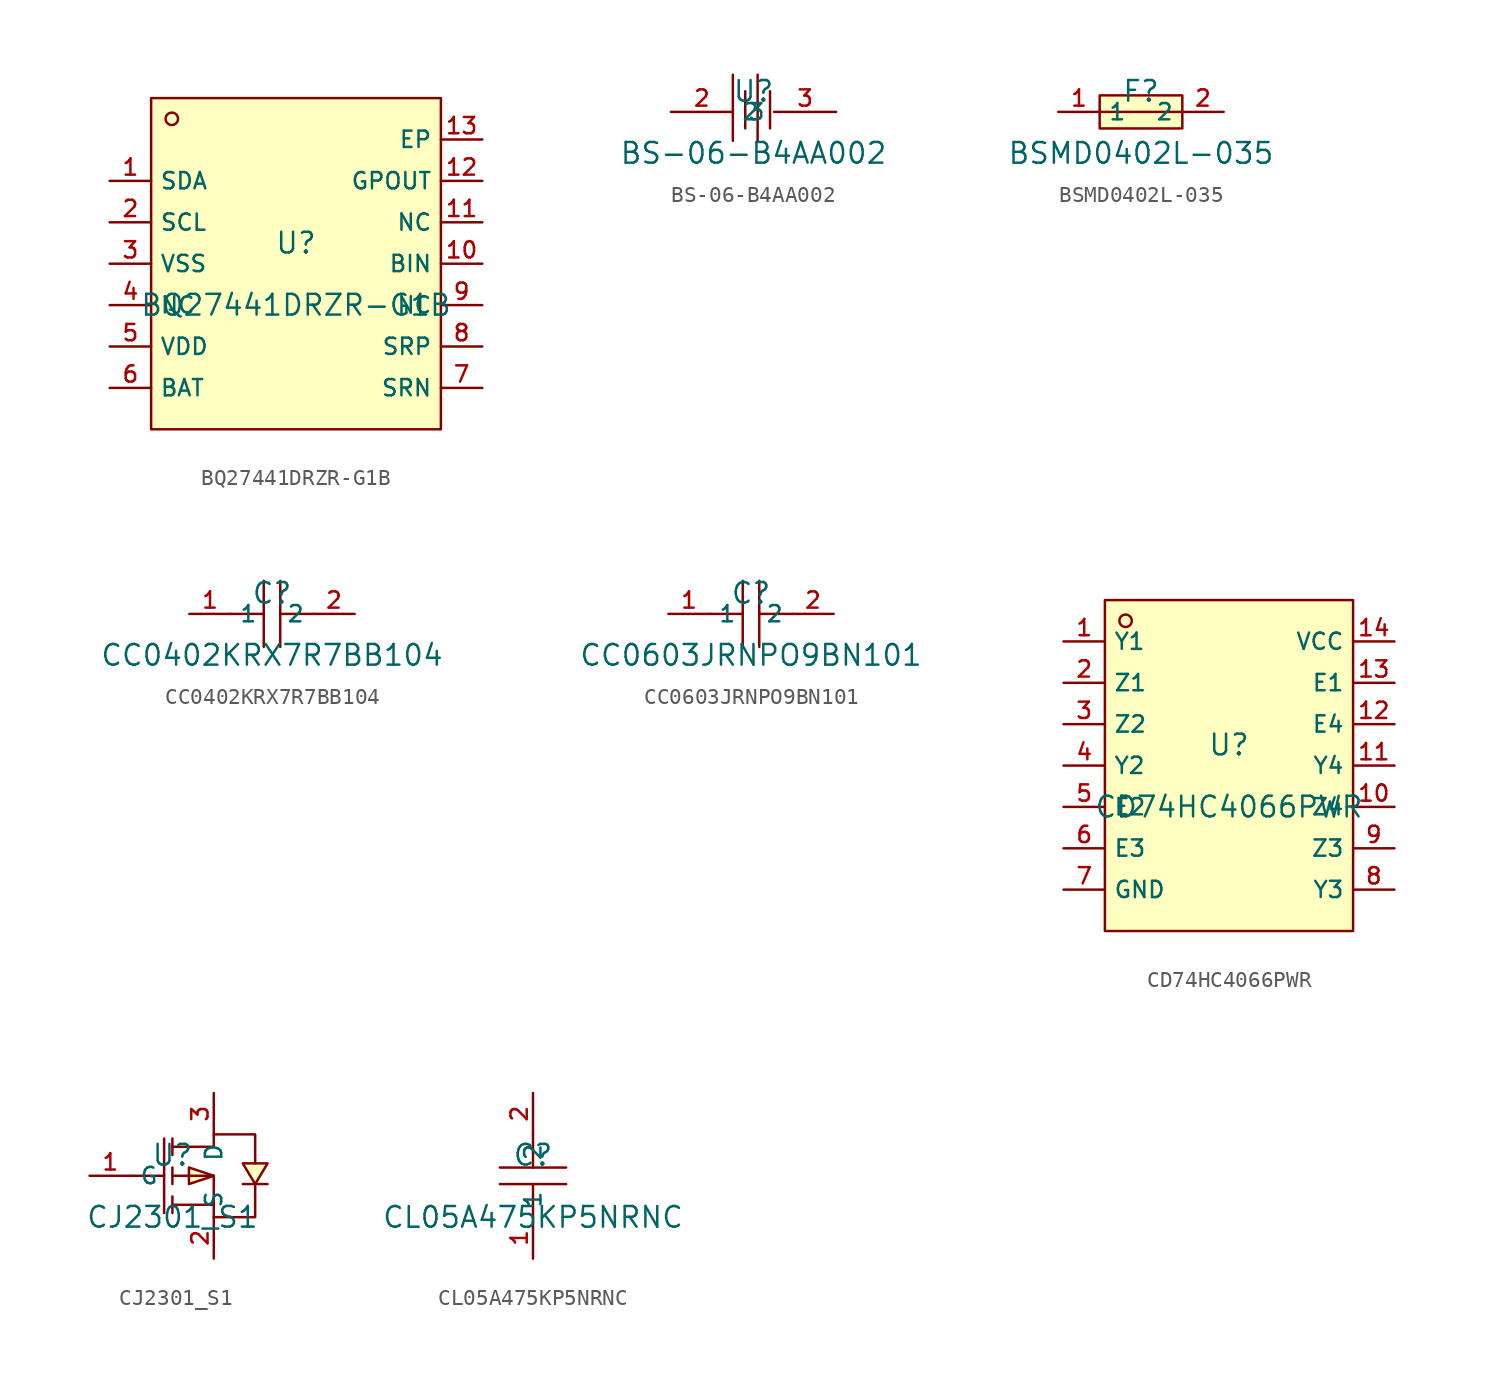
<source format=kicad_sym>
(kicad_symbol_lib
  (version 20231120)
  (generator "kicad_symbol_editor")
  (generator_version "8.0")
  (symbol "BQ27441DRZR-G1B"
    (property "Reference" "U"
      (at 0 1.27 0)
      (effects (font (size 1.27 1.27))))
    (property "Value" "BQ27441DRZR-G1B"
      (at 0 -2.54 0)
      (effects (font (size 1.27 1.27))))
    (symbol "BQ27441DRZR-G1B_0_1"
      (rectangle (start -8.89 10.16) (end 8.89 -10.16) (stroke (width 0) (type default)) (fill (type background)))
      (circle (center -7.62 8.89) (radius 0.381) (stroke (width 0) (type default)) (fill (type background)))
      (pin unspecified line (at -11.43 5.08 0) (length 2.54) (name "SDA" (effects (font (size 1 1)))) (number "1" (effects (font (size 1 1)))))
      (pin unspecified line (at 11.43 0 180) (length 2.54) (name "BIN" (effects (font (size 1 1)))) (number "10" (effects (font (size 1 1)))))
      (pin unspecified line (at 11.43 2.54 180) (length 2.54) (name "NC" (effects (font (size 1 1)))) (number "11" (effects (font (size 1 1)))))
      (pin unspecified line (at 11.43 5.08 180) (length 2.54) (name "GPOUT" (effects (font (size 1 1)))) (number "12" (effects (font (size 1 1)))))
      (pin unspecified line (at 11.43 7.62 180) (length 2.54) (name "EP" (effects (font (size 1 1)))) (number "13" (effects (font (size 1 1)))))
      (pin unspecified line (at -11.43 2.54 0) (length 2.54) (name "SCL" (effects (font (size 1 1)))) (number "2" (effects (font (size 1 1)))))
      (pin unspecified line (at -11.43 0 0) (length 2.54) (name "VSS" (effects (font (size 1 1)))) (number "3" (effects (font (size 1 1)))))
      (pin unspecified line (at -11.43 -2.54 0) (length 2.54) (name "NC" (effects (font (size 1 1)))) (number "4" (effects (font (size 1 1)))))
      (pin unspecified line (at -11.43 -5.08 0) (length 2.54) (name "VDD" (effects (font (size 1 1)))) (number "5" (effects (font (size 1 1)))))
      (pin unspecified line (at -11.43 -7.62 0) (length 2.54) (name "BAT" (effects (font (size 1 1)))) (number "6" (effects (font (size 1 1)))))
      (pin unspecified line (at 11.43 -7.62 180) (length 2.54) (name "SRN" (effects (font (size 1 1)))) (number "7" (effects (font (size 1 1)))))
      (pin unspecified line (at 11.43 -5.08 180) (length 2.54) (name "SRP" (effects (font (size 1 1)))) (number "8" (effects (font (size 1 1)))))
      (pin unspecified line (at 11.43 -2.54 180) (length 2.54) (name "NC" (effects (font (size 1 1)))) (number "9" (effects (font (size 1 1)))))))
  (symbol "BS-06-B4AA002"
    (property "Reference" "U"
      (at 0 1.27 0)
      (effects (font (size 1.27 1.27))))
    (property "Value" "BS-06-B4AA002"
      (at 0 -2.54 0)
      (effects (font (size 1.27 1.27))))
    (symbol "BS-06-B4AA002_0_1"
      (polyline (pts (xy -1.27 2.286) (xy -1.27 -1.778)) (stroke (width 0) (type default)) (fill (type none)))
      (polyline (pts (xy -0.508 1.27) (xy -0.508 -1.016)) (stroke (width 0) (type default)) (fill (type none)))
      (polyline (pts (xy 0.254 2.286) (xy 0.254 -1.778)) (stroke (width 0) (type default)) (fill (type none)))
      (polyline (pts (xy 1.016 1.27) (xy 1.016 -1.016)) (stroke (width 0) (type default)) (fill (type none)))
      (pin input line (at -5.08 0 0) (length 3.81) (name "2" (effects (font (size 1 1)))) (number "2" (effects (font (size 1 1)))))
      (pin input line (at 5.08 0 180) (length 3.81) (name "3" (effects (font (size 1 1)))) (number "3" (effects (font (size 1 1)))))))
  (symbol "BSMD0402L-035"
    (property "Reference" "F"
      (at 0 1.27 0)
      (effects (font (size 1.27 1.27))))
    (property "Value" "BSMD0402L-035"
      (at 0 -2.54 0)
      (effects (font (size 1.27 1.27))))
    (symbol "BSMD0402L-035_0_1"
      (rectangle (start -2.54 1.016) (end 2.54 -1.016) (stroke (width 0) (type default)) (fill (type background)))
      (polyline (pts (xy -2.54 0) (xy 2.54 0)) (stroke (width 0) (type default)) (fill (type none)))
      (pin unspecified line (at -5.08 0 0) (length 2.54) (name "1" (effects (font (size 1 1)))) (number "1" (effects (font (size 1 1)))))
      (pin unspecified line (at 5.08 0 180) (length 2.54) (name "2" (effects (font (size 1 1)))) (number "2" (effects (font (size 1 1)))))))
  (symbol "CC0402KRX7R7BB104"
    (property "Reference" "C"
      (at 0 1.27 0)
      (effects (font (size 1.27 1.27))))
    (property "Value" "CC0402KRX7R7BB104"
      (at 0 -2.54 0)
      (effects (font (size 1.27 1.27))))
    (symbol "CC0402KRX7R7BB104_0_1"
      (polyline (pts (xy -0.508 -2.032) (xy -0.508 2.032)) (stroke (width 0) (type default)) (fill (type none)))
      (polyline (pts (xy -0.508 0) (xy -2.54 0)) (stroke (width 0) (type default)) (fill (type none)))
      (polyline (pts (xy 0.508 2.032) (xy 0.508 -2.032)) (stroke (width 0) (type default)) (fill (type none)))
      (polyline (pts (xy 2.54 0) (xy 0.508 0)) (stroke (width 0) (type default)) (fill (type none)))
      (pin unspecified line (at -5.08 0 0) (length 2.54) (name "1" (effects (font (size 1 1)))) (number "1" (effects (font (size 1 1)))))
      (pin unspecified line (at 5.08 0 180) (length 2.54) (name "2" (effects (font (size 1 1)))) (number "2" (effects (font (size 1 1)))))))
  (symbol "CC0603JRNPO9BN101"
    (property "Reference" "C"
      (at 0 1.27 0)
      (effects (font (size 1.27 1.27))))
    (property "Value" "CC0603JRNPO9BN101"
      (at 0 -2.54 0)
      (effects (font (size 1.27 1.27))))
    (symbol "CC0603JRNPO9BN101_0_1"
      (polyline (pts (xy -0.508 -2.032) (xy -0.508 2.032)) (stroke (width 0) (type default)) (fill (type none)))
      (polyline (pts (xy -0.508 0) (xy -2.54 0)) (stroke (width 0) (type default)) (fill (type none)))
      (polyline (pts (xy 0.508 2.032) (xy 0.508 -2.032)) (stroke (width 0) (type default)) (fill (type none)))
      (polyline (pts (xy 2.54 0) (xy 0.508 0)) (stroke (width 0) (type default)) (fill (type none)))
      (pin unspecified line (at -5.08 0 0) (length 2.54) (name "1" (effects (font (size 1 1)))) (number "1" (effects (font (size 1 1)))))
      (pin unspecified line (at 5.08 0 180) (length 2.54) (name "2" (effects (font (size 1 1)))) (number "2" (effects (font (size 1 1)))))))
  (symbol "CD74HC4066PWR"
    (property "Reference" "U"
      (at 0 1.27 0)
      (effects (font (size 1.27 1.27))))
    (property "Value" "CD74HC4066PWR"
      (at 0 -2.54 0)
      (effects (font (size 1.27 1.27))))
    (symbol "CD74HC4066PWR_0_1"
      (rectangle (start -7.62 10.16) (end 7.62 -10.16) (stroke (width 0) (type default) (color 0 0 0 0)) (fill (type background)))
      (circle (center -6.35 8.89) (radius 0.381) (stroke (width 0) (type default) (color 0 0 0 0)) (fill (type background)))
      (pin unspecified line (at -10.16 7.62 0) (length 2.54) (name "Y1" (effects (font (size 1 1)))) (number "1" (effects (font (size 1 1)))))
      (pin unspecified line (at -10.16 5.08 0) (length 2.54) (name "Z1" (effects (font (size 1 1)))) (number "2" (effects (font (size 1 1)))))
      (pin unspecified line (at -10.16 2.54 0) (length 2.54) (name "Z2" (effects (font (size 1 1)))) (number "3" (effects (font (size 1 1)))))
      (pin unspecified line (at -10.16 -0.0 0) (length 2.54) (name "Y2" (effects (font (size 1 1)))) (number "4" (effects (font (size 1 1)))))
      (pin unspecified line (at -10.16 -2.54 0) (length 2.54) (name "E2" (effects (font (size 1 1)))) (number "5" (effects (font (size 1 1)))))
      (pin unspecified line (at -10.16 -5.08 0) (length 2.54) (name "E3" (effects (font (size 1 1)))) (number "6" (effects (font (size 1 1)))))
      (pin unspecified line (at -10.16 -7.62 0) (length 2.54) (name "GND" (effects (font (size 1 1)))) (number "7" (effects (font (size 1 1)))))
      (pin unspecified line (at 10.16 -7.62 180) (length 2.54) (name "Y3" (effects (font (size 1 1)))) (number "8" (effects (font (size 1 1)))))
      (pin unspecified line (at 10.16 -5.08 180) (length 2.54) (name "Z3" (effects (font (size 1 1)))) (number "9" (effects (font (size 1 1)))))
      (pin unspecified line (at 10.16 -2.54 180) (length 2.54) (name "Z4" (effects (font (size 1 1)))) (number "10" (effects (font (size 1 1)))))
      (pin unspecified line (at 10.16 -0.0 180) (length 2.54) (name "Y4" (effects (font (size 1 1)))) (number "11" (effects (font (size 1 1)))))
      (pin unspecified line (at 10.16 2.54 180) (length 2.54) (name "E4" (effects (font (size 1 1)))) (number "12" (effects (font (size 1 1)))))
      (pin unspecified line (at 10.16 5.08 180) (length 2.54) (name "E1" (effects (font (size 1 1)))) (number "13" (effects (font (size 1 1)))))
      (pin unspecified line (at 10.16 7.62 180) (length 2.54) (name "VCC" (effects (font (size 1 1)))) (number "14" (effects (font (size 1 1)))))))
  (symbol "CJ2301_S1"
    (property "Reference" "U"
      (at 0 1.27 0)
      (effects (font (size 1.27 1.27))))
    (property "Value" "CJ2301_S1"
      (at 0 -2.54 0)
      (effects (font (size 1.27 1.27))))
    (symbol "CJ2301_S1_0_1"
      (polyline (pts (xy -2.54 0) (xy -0.508 0)) (stroke (width 0) (type default)) (fill (type none)))
      (polyline (pts (xy -0.508 2.286) (xy -0.508 -2.286)) (stroke (width 0) (type default)) (fill (type none)))
      (polyline (pts (xy 0 -2.286) (xy 0 -1.27)) (stroke (width 0) (type default)) (fill (type none)))
      (polyline (pts (xy 0 -0.508) (xy 0 0.508)) (stroke (width 0) (type default)) (fill (type none)))
      (polyline (pts (xy 0 1.27) (xy 0 2.286)) (stroke (width 0) (type default)) (fill (type none)))
      (polyline (pts (xy 2.54 -1.778) (xy 0 -1.778)) (stroke (width 0) (type default)) (fill (type none)))
      (polyline (pts (xy 2.54 1.778) (xy 0 1.778)) (stroke (width 0) (type default)) (fill (type none)))
      (polyline (pts (xy 0 0) (xy 2.54 0) (xy 2.54 -2.54)) (stroke (width 0) (type default)) (fill (type none)))
      (polyline (pts (xy 2.54 -2.54) (xy 5.08 -2.54) (xy 5.08 -0.508)) (stroke (width 0) (type default)) (fill (type none)))
      (polyline (pts (xy 2.54 0) (xy 1.016 0.508) (xy 1.016 -0.508) (xy 2.54 0)) (stroke (width 0) (type default)) (fill (type background)))
      (polyline (pts (xy 2.54 1.778) (xy 2.54 2.54) (xy 5.08 2.54) (xy 5.08 0.762)) (stroke (width 0) (type default)) (fill (type none)))
      (polyline (pts (xy 5.08 -0.508) (xy 5.842 0.762) (xy 4.318 0.762) (xy 5.08 -0.508)) (stroke (width 0) (type default)) (fill (type background)))
      (polyline (pts (xy 5.842 -0.508) (xy 5.588 -0.508) (xy 4.572 -0.508) (xy 4.318 -0.508)) (stroke (width 0) (type default)) (fill (type none)))
      (pin unspecified line (at -5.08 0 0) (length 2.54) (name "G" (effects (font (size 1 1)))) (number "1" (effects (font (size 1 1)))))
      (pin unspecified line (at 2.54 -5.08 90) (length 2.54) (name "S" (effects (font (size 1 1)))) (number "2" (effects (font (size 1 1)))))
      (pin unspecified line (at 2.54 5.08 270) (length 2.54) (name "D" (effects (font (size 1 1)))) (number "3" (effects (font (size 1 1)))))))
  (symbol "CL05A475KP5NRNC"
    (property "Reference" "C"
      (at 0 1.27 0)
      (effects (font (size 1.27 1.27))))
    (property "Value" "CL05A475KP5NRNC"
      (at 0 -2.54 0)
      (effects (font (size 1.27 1.27))))
    (symbol "CL05A475KP5NRNC_0_1"
      (polyline (pts (xy -2.032 0.508) (xy 2.032 0.508)) (stroke (width 0) (type default)) (fill (type none)))
      (polyline (pts (xy 0 -0.508) (xy 0 -2.54)) (stroke (width 0) (type default)) (fill (type none)))
      (polyline (pts (xy 0 2.54) (xy 0 0.508)) (stroke (width 0) (type default)) (fill (type none)))
      (polyline (pts (xy 2.032 -0.508) (xy -2.032 -0.508)) (stroke (width 0) (type default)) (fill (type none)))
      (pin unspecified line (at 0 -5.08 90) (length 2.54) (name "1" (effects (font (size 1 1)))) (number "1" (effects (font (size 1 1)))))
      (pin unspecified line (at 0 5.08 270) (length 2.54) (name "2" (effects (font (size 1 1)))) (number "2" (effects (font (size 1 1))))))))
</source>
